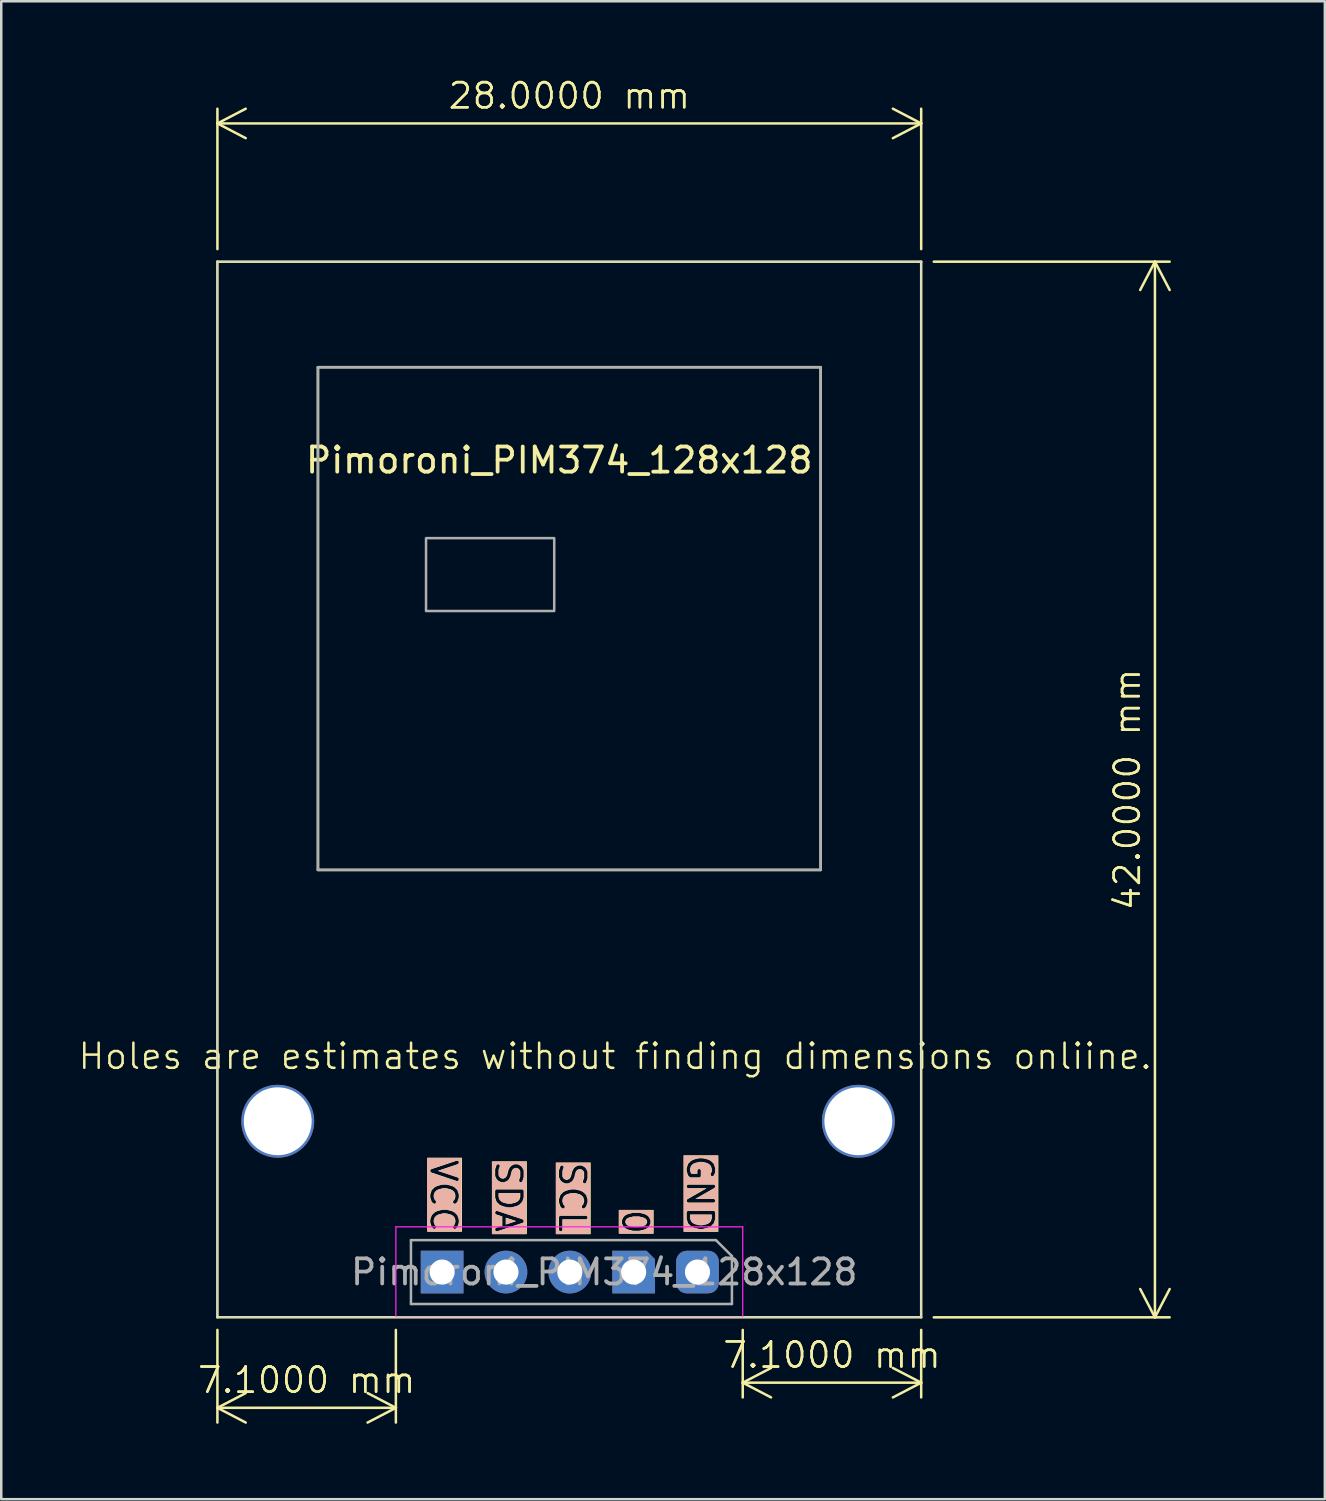
<source format=kicad_pcb>
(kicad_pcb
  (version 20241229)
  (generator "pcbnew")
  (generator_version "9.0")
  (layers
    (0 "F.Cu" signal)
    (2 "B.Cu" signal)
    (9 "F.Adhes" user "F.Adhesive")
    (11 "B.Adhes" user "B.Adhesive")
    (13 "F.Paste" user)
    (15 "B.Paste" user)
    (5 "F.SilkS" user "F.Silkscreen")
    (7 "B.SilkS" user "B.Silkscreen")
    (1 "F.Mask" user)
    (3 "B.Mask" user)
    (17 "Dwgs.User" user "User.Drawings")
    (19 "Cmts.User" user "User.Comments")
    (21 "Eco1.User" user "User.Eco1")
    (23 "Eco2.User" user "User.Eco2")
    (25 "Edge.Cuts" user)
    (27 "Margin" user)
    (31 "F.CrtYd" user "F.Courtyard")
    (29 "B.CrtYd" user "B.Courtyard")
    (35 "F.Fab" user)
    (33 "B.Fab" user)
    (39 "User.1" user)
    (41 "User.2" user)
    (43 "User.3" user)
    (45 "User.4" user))
  (footprint "Pimoroni_PIM374_128x128"
    (layer "F.Cu")
    (at 19.9 21.66)
    (property "Reference" "Pimoroni_PIM374_128x128" (at -0.7 -6.4 0) (layer "F.SilkS") (effects (font (size 1 1) (thickness 0.15))))
    (attr through_hole)
    (fp_line (start -14.3 -14.3) (end 13.7 -14.3) (stroke (width 0.1) (type default)) (layer "F.SilkS"))
    (fp_line (start -14.3 27.7) (end -14.3 -14.3) (stroke (width 0.1) (type default)) (layer "F.SilkS"))
    (fp_line (start -10.3 -10.1) (end 9.7 -10.1) (stroke (width 0.1) (type default)) (layer "F.SilkS"))
    (fp_line (start -10.3 9.9) (end -10.3 -10.1) (stroke (width 0.1) (type default)) (layer "F.SilkS"))
    (fp_line (start 9.7 -10.1) (end 9.7 9.9) (stroke (width 0.1) (type default)) (layer "F.SilkS"))
    (fp_line (start 9.7 9.9) (end -10.3 9.9) (stroke (width 0.1) (type default)) (layer "F.SilkS"))
    (fp_line (start 13.7 -14.3) (end 13.7 27.7) (stroke (width 0.1) (type default)) (layer "F.SilkS"))
    (fp_line (start 13.7 27.7) (end -14.3 27.7) (stroke (width 0.1) (type default)) (layer "F.SilkS"))
    (fp_line (start -14.3 -14.3) (end -14.3 27.7) (stroke (width 0.05) (type default)) (layer "Edge.Cuts"))
    (fp_line (start -14.3 27.7) (end 13.7 27.7) (stroke (width 0.05) (type default)) (layer "Edge.Cuts"))
    (fp_line (start 13.7 -14.3) (end -14.3 -14.3) (stroke (width 0.05) (type default)) (layer "Edge.Cuts"))
    (fp_line (start 13.7 27.7) (end 13.7 -14.3) (stroke (width 0.05) (type default)) (layer "Edge.Cuts"))
    (fp_line (start -7.2 24.1) (end -7.2 27.7) (stroke (width 0.05) (type solid)) (layer "F.CrtYd"))
    (fp_line (start -7.2 27.7) (end 6.6 27.7) (stroke (width 0.05) (type solid)) (layer "F.CrtYd"))
    (fp_line (start 6.6 24.1) (end -7.2 24.1) (stroke (width 0.05) (type solid)) (layer "F.CrtYd"))
    (fp_line (start 6.6 27.7) (end 6.6 24.1) (stroke (width 0.05) (type solid)) (layer "F.CrtYd"))
    (fp_line (start -10.3 -10.1) (end 9.7 -10.1) (stroke (width 0.1) (type default)) (layer "F.Fab"))
    (fp_line (start -10.3 9.9) (end -10.3 -10.1) (stroke (width 0.1) (type default)) (layer "F.Fab"))
    (fp_line (start -6.6 24.63) (end 5.535 24.63) (stroke (width 0.1) (type solid)) (layer "F.Fab"))
    (fp_line (start -6.6 27.17) (end -6.6 24.63) (stroke (width 0.1) (type solid)) (layer "F.Fab"))
    (fp_line (start 5.535 24.63) (end 6.17 25.265) (stroke (width 0.1) (type solid)) (layer "F.Fab"))
    (fp_line (start 6.17 25.265) (end 6.17 27.17) (stroke (width 0.1) (type solid)) (layer "F.Fab"))
    (fp_line (start 6.17 27.17) (end -6.6 27.17) (stroke (width 0.1) (type solid)) (layer "F.Fab"))
    (fp_line (start 9.7 -10.1) (end 9.7 9.9) (stroke (width 0.1) (type default)) (layer "F.Fab"))
    (fp_line (start 9.7 9.9) (end -10.3 9.9) (stroke (width 0.1) (type default)) (layer "F.Fab"))
    (fp_rect (start -6 -3.3) (end -0.9 -0.4) (stroke (width 0.1) (type solid)) (fill no) (layer "F.Fab"))
    (fp_text user "0" (at 2.325 24.475 270) (unlocked yes) (layer "F.SilkS" knockout) (effects (font (size 1 1) (thickness 0.15)) (justify right)))
    (fp_text user "VCC" (at -5.3 24.4 270) (unlocked yes) (layer "F.SilkS" knockout) (effects (font (size 1 1) (thickness 0.15)) (justify right)))
    (fp_text user "GND" (at 4.9 24.4 270) (unlocked yes) (layer "F.SilkS" knockout) (effects (font (size 1 1) (thickness 0.15)) (justify right)))
    (fp_text user "Holes are estimates without finding dimensions onliine." (at -19.9 17.9 0) (unlocked yes) (layer "F.SilkS") (effects (font (size 1 1) (thickness 0.1)) (justify left bottom)))
    (fp_text user "SDA" (at -2.72 24.4 270) (unlocked yes) (layer "F.SilkS" knockout) (effects (font (size 1 1) (thickness 0.15)) (justify right)))
    (fp_text user "SCL" (at -0.18 24.4 270) (unlocked yes) (layer "F.SilkS" knockout) (effects (font (size 1 1) (thickness 0.15)) (justify right)))
    (fp_text user "GND" (at 4.88 24.4 270) (unlocked yes) (layer "B.SilkS" knockout) (effects (font (size 1 1) (thickness 0.15)) (justify right)))
    (fp_text user "VCC" (at -5.32 24.4 270) (unlocked yes) (layer "B.SilkS" knockout) (effects (font (size 1 1) (thickness 0.15)) (justify right)))
    (fp_text user "SDA" (at -2.74 24.4 270) (unlocked yes) (layer "B.SilkS" knockout) (effects (font (size 1 1) (thickness 0.15)) (justify right)))
    (fp_text user "0" (at 2.305 24.475 270) (unlocked yes) (layer "B.SilkS" knockout) (effects (font (size 1 1) (thickness 0.15)) (justify right)))
    (fp_text user "SCL" (at -0.2 24.4 270) (unlocked yes) (layer "B.SilkS" knockout) (effects (font (size 1 1) (thickness 0.15)) (justify right)))
    (fp_text user "${REFERENCE}" (at 1.09 25.9 0) (layer "F.Fab") (effects (font (size 1 1) (thickness 0.15))))
    (dimension (type aligned) (layer "F.SilkS") (pts (xy 5.6 7.361) (xy 33.6 7.361)) (height -5.5) (format (prefix "") (suffix "") (units 3) (units_format 1) (precision 4)) (style (thickness 0.1) (arrow_length 1.27) (text_position_mode 0) (arrow_direction outward) (extension_height 0.586) (extension_offset 0.5) (keep_text_aligned yes)) (gr_text "28.0000 mm" (at 19.6 0.76 0) (layer "F.SilkS") (effects (font (size 1 1) (thickness 0.1)))))
    (dimension (type aligned) (layer "F.SilkS") (pts (xy 33.6 7.361) (xy 33.6 49.361)) (height -9.3) (format (prefix "") (suffix "") (units 3) (units_format 1) (precision 4)) (style (thickness 0.1) (arrow_length 1.27) (text_position_mode 0) (arrow_direction outward) (extension_height 0.586) (extension_offset 0.5) (keep_text_aligned yes)) (gr_text "42.0000 mm" (at 41.8 28.36 90) (layer "F.SilkS") (effects (font (size 1 1) (thickness 0.1)))))
    (dimension (type aligned) (layer "F.SilkS") (pts (xy 26.5 49.361) (xy 33.6 49.361)) (height 2.6) (format (prefix "") (suffix "") (units 3) (units_format 1) (precision 4)) (style (thickness 0.1) (arrow_length 1.27) (text_position_mode 0) (arrow_direction outward) (extension_height 0.586) (extension_offset 0.5) (keep_text_aligned yes)) (gr_text "7.1000 mm" (at 30.05 50.861 0) (layer "F.SilkS") (effects (font (size 1 1) (thickness 0.1)))))
    (dimension (type aligned) (layer "F.SilkS") (pts (xy 12.7 49.361) (xy 5.6 49.361)) (height -3.6) (format (prefix "") (suffix "") (units 3) (units_format 1) (precision 4)) (style (thickness 0.1) (arrow_length 1.27) (text_position_mode 0) (arrow_direction outward) (extension_height 0.586) (extension_offset 0.5) (keep_text_aligned yes)) (gr_text "7.1000 mm" (at 9.15 51.861 0) (layer "F.SilkS") (effects (font (size 1 1) (thickness 0.1)))))
    (pad "" thru_hole circle (at -11.9 19.9) (size 2.9 2.9) (drill 2.7) (layers "*.Cu" "*.Mask"))
    (pad "" thru_hole circle (at 11.2 19.9) (size 2.9 2.9) (drill 2.7) (layers "*.Cu" "*.Mask"))
    (pad "1" thru_hole roundrect (at 4.8 25.9 270) (size 1.7 1.7) (drill 1) (layers "*.Cu" "*.Mask") (roundrect_rratio 0.25))
    (pad "2" thru_hole roundrect (at 2.26 25.9 270) (size 1.7 1.7) (drill 1) (layers "*.Cu" "*.Mask") (roundrect_rratio 0) (chamfer_ratio 0.2) (chamfer top_left))
    (pad "3" thru_hole oval (at -0.28 25.9 270) (size 1.7 1.7) (drill 1) (layers "*.Cu" "*.Mask"))
    (pad "4" thru_hole oval (at -2.82 25.9 270) (size 1.7 1.7) (drill 1) (layers "*.Cu" "*.Mask"))
    (pad "5" thru_hole rect (at -5.36 25.9 270) (size 1.7 1.7) (drill 1) (layers "*.Cu" "*.Mask")))
  (gr_rect
    (start -3 -3)
    (end 49.66 56.597)
    (stroke (width 0.1) (type default))
    (fill no)
    (layer "Edge.Cuts")))
</source>
